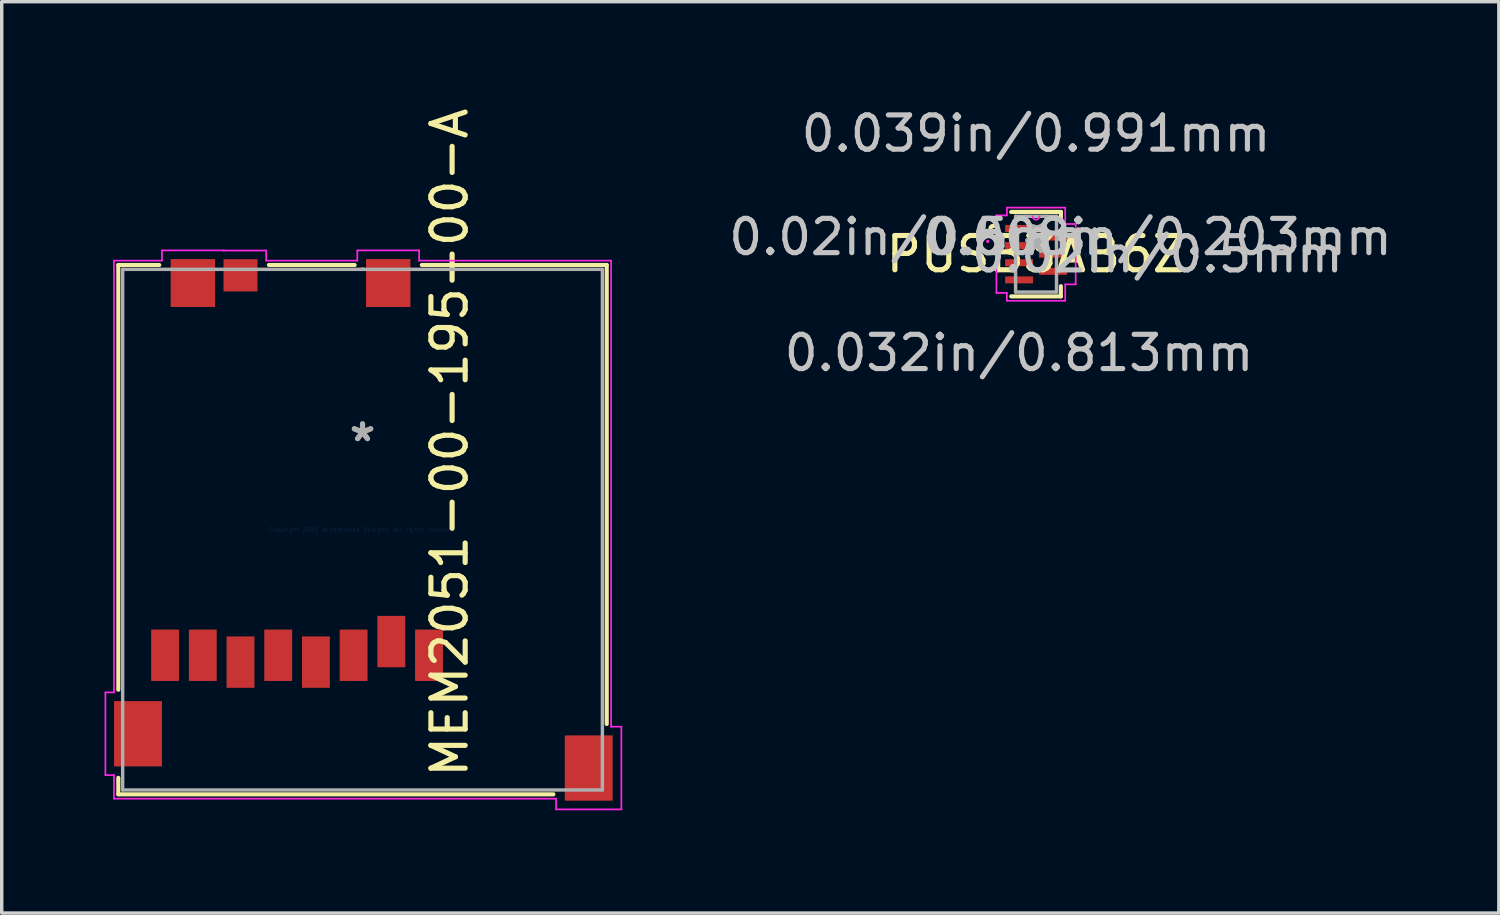
<source format=kicad_pcb>
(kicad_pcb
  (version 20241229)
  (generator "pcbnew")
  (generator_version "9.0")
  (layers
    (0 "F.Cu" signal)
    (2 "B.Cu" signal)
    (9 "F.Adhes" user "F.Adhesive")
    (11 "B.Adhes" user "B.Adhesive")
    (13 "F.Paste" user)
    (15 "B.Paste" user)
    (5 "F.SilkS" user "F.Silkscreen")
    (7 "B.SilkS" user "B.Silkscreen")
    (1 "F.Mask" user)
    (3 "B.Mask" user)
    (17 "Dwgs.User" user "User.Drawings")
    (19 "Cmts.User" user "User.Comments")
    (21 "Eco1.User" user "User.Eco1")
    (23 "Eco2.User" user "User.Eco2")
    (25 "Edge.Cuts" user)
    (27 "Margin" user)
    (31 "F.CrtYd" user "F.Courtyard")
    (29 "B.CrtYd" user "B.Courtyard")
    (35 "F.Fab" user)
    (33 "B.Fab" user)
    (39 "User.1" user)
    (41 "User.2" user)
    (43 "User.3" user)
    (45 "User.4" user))
  (footprint "PUSB3AB6Z"
    (layer "F.Cu")
    (at 27.178 4.366)
    (property "Reference" "PUSB3AB6Z" (at 0 0 0) (layer "F.SilkS") (effects (font (size 1 1) (thickness 0.15))))
    (attr through_hole)
    (fp_line (start -0.724 1.232) (end 0.724 1.232) (stroke (width 0.12) (type solid)) (layer "F.SilkS"))
    (fp_line (start 0.724 -1.232) (end -0.724 -1.232) (stroke (width 0.12) (type solid)) (layer "F.SilkS"))
    (fp_line (start 0.724 -0.934) (end 0.724 -1.232) (stroke (width 0.12) (type solid)) (layer "F.SilkS"))
    (fp_line (start 0.724 1.232) (end 0.724 0.934) (stroke (width 0.12) (type solid)) (layer "F.SilkS"))
    (fp_arc (start -1.23444 -0.676171) (mid -1.3295 -0.75) (end -1.23444 -0.823829) (stroke (width 0.12) (type solid)) (layer "F.SilkS"))
    (fp_line (start -1.156 -1.131) (end -0.851 -1.131) (stroke (width 0.05) (type solid)) (layer "F.CrtYd"))
    (fp_line (start -1.156 1.131) (end -1.156 -1.131) (stroke (width 0.05) (type solid)) (layer "F.CrtYd"))
    (fp_line (start -0.851 -1.359) (end 0.851 -1.359) (stroke (width 0.05) (type solid)) (layer "F.CrtYd"))
    (fp_line (start -0.851 -1.131) (end -0.851 -1.359) (stroke (width 0.05) (type solid)) (layer "F.CrtYd"))
    (fp_line (start -0.851 1.131) (end -1.156 1.131) (stroke (width 0.05) (type solid)) (layer "F.CrtYd"))
    (fp_line (start -0.851 1.359) (end -0.851 1.131) (stroke (width 0.05) (type solid)) (layer "F.CrtYd"))
    (fp_line (start 0.851 -1.359) (end 0.851 -0.881) (stroke (width 0.05) (type solid)) (layer "F.CrtYd"))
    (fp_line (start 0.851 -0.881) (end 1.156 -0.881) (stroke (width 0.05) (type solid)) (layer "F.CrtYd"))
    (fp_line (start 0.851 0.881) (end 0.851 1.359) (stroke (width 0.05) (type solid)) (layer "F.CrtYd"))
    (fp_line (start 0.851 1.359) (end -0.851 1.359) (stroke (width 0.05) (type solid)) (layer "F.CrtYd"))
    (fp_line (start 1.156 -0.881) (end 1.156 0.881) (stroke (width 0.05) (type solid)) (layer "F.CrtYd"))
    (fp_line (start 1.156 0.881) (end 0.851 0.881) (stroke (width 0.05) (type solid)) (layer "F.CrtYd"))
    (fp_arc (start 0.099483 -1.1049) (mid 0 -1.005417) (end -0.099483 -1.1049) (stroke (width 0.05) (type solid)) (layer "F.CrtYd"))
    (fp_circle (center -1.41 -0.375) (end -1.41 -0.375) (stroke (width 0.05) (type solid)) (fill no) (layer "F.CrtYd"))
    (fp_line (start -0.597 -1.105) (end -0.597 1.105) (stroke (width 0.1) (type solid)) (layer "F.Fab"))
    (fp_line (start -0.597 1.105) (end 0.597 1.105) (stroke (width 0.1) (type solid)) (layer "F.Fab"))
    (fp_line (start 0.597 -1.105) (end -0.597 -1.105) (stroke (width 0.1) (type solid)) (layer "F.Fab"))
    (fp_line (start 0.597 1.105) (end 0.597 -1.105) (stroke (width 0.1) (type solid)) (layer "F.Fab"))
    (fp_arc (start 0.3048 -1.1049) (mid 0 -0.8001) (end -0.3048 -1.1049) (stroke (width 0.1) (type solid)) (layer "F.Fab"))
    (fp_circle (center -0.089 -0.75) (end -0.013 -0.75) (stroke (width 0.1) (type solid)) (fill no) (layer "F.Fab"))
    (fp_text user "*" (at 0 0 0) (layer "F.SilkS") (effects (font (size 1 1) (thickness 0.15))))
    (fp_text user "0.02in/0.5mm" (at -3.543 -0.5 0) (layer "Dwgs.User") (effects (font (size 1 1) (thickness 0.15))))
    (fp_text user "0.02in/0.5mm" (at 3.543 0.004 0) (layer "Dwgs.User") (effects (font (size 1 1) (thickness 0.15))))
    (fp_text user "0.039in/0.991mm" (at 0 -3.518 0) (layer "Dwgs.User") (effects (font (size 1 1) (thickness 0.15))))
    (fp_text user "0.032in/0.813mm" (at -0.495 2.883 0) (layer "Dwgs.User") (effects (font (size 1 1) (thickness 0.15))))
    (fp_text user "0.008in/0.203mm" (at 3.543 -0.5 0) (layer "Dwgs.User") (effects (font (size 1 1) (thickness 0.15))))
    (fp_text user "Copyright 2021 Accelerated Designs. All rights reserved." (at 0 0 0) (layer "Cmts.User") (effects (font (size 0.127 0.127) (thickness 0.002))))
    (fp_text user "*" (at 0 0 0) (layer "F.Fab") (effects (font (size 1 1) (thickness 0.15))))
    (pad "1" smd rect (at -0.495 -0.75) (size 0.813 0.203) (layers "F.Cu" "F.Mask" "F.Paste"))
    (pad "2" smd rect (at -0.495 -0.25) (size 0.813 0.203) (layers "F.Cu" "F.Mask" "F.Paste"))
    (pad "3" smd rect (at -0.495 0.25) (size 0.813 0.203) (layers "F.Cu" "F.Mask" "F.Paste"))
    (pad "4" smd rect (at -0.495 0.75) (size 0.813 0.203) (layers "F.Cu" "F.Mask" "F.Paste"))
    (pad "5" smd rect (at 0.495 0.5) (size 0.813 0.203) (layers "F.Cu" "F.Mask" "F.Paste"))
    (pad "6" smd rect (at 0.495 0) (size 0.813 0.203) (layers "F.Cu" "F.Mask" "F.Paste"))
    (pad "7" smd rect (at 0.495 -0.5) (size 0.813 0.203) (layers "F.Cu" "F.Mask" "F.Paste")))
  (footprint "MEM2051-00-195-00-A"
    (layer "F.Cu")
    (at 7.527 12.403)
    (property "Reference" "MEM2051-00-195-00-A" (at 2.54 -2.54 90) (layer "F.SilkS") (effects (font (size 1 1) (thickness 0.15))))
    (attr through_hole)
    (fp_line (start -7.125 -7.722) (end -7.125 4.67) (stroke (width 0.12) (type solid)) (layer "F.SilkS"))
    (fp_line (start -7.125 7.241) (end -7.125 7.722) (stroke (width 0.12) (type solid)) (layer "F.SilkS"))
    (fp_line (start -7.125 7.722) (end 5.569 7.722) (stroke (width 0.12) (type solid)) (layer "F.SilkS"))
    (fp_line (start -5.93 -7.722) (end -7.125 -7.722) (stroke (width 0.12) (type solid)) (layer "F.SilkS"))
    (fp_line (start -0.23 -7.722) (end -2.732 -7.722) (stroke (width 0.12) (type solid)) (layer "F.SilkS"))
    (fp_line (start 7.125 -7.722) (end 1.73 -7.722) (stroke (width 0.12) (type solid)) (layer "F.SilkS"))
    (fp_line (start 7.125 5.67) (end 7.125 -7.722) (stroke (width 0.12) (type solid)) (layer "F.SilkS"))
    (fp_line (start -7.502 4.749) (end -7.502 7.162) (stroke (width 0.05) (type solid)) (layer "F.CrtYd"))
    (fp_line (start -7.502 7.162) (end -7.252 7.162) (stroke (width 0.05) (type solid)) (layer "F.CrtYd"))
    (fp_line (start -7.252 -7.849) (end -7.252 4.749) (stroke (width 0.05) (type solid)) (layer "F.CrtYd"))
    (fp_line (start -7.252 4.749) (end -7.502 4.749) (stroke (width 0.05) (type solid)) (layer "F.CrtYd"))
    (fp_line (start -7.252 7.162) (end -7.252 7.849) (stroke (width 0.05) (type solid)) (layer "F.CrtYd"))
    (fp_line (start -7.252 7.849) (end 5.647 7.849) (stroke (width 0.05) (type solid)) (layer "F.CrtYd"))
    (fp_line (start -5.852 -8.147) (end -5.852 -7.849) (stroke (width 0.05) (type solid)) (layer "F.CrtYd"))
    (fp_line (start -5.852 -7.849) (end -7.252 -7.849) (stroke (width 0.05) (type solid)) (layer "F.CrtYd"))
    (fp_line (start -4.048 -8.147) (end -5.852 -8.147) (stroke (width 0.05) (type solid)) (layer "F.CrtYd"))
    (fp_line (start -4.048 -8.143) (end -4.048 -8.147) (stroke (width 0.05) (type solid)) (layer "F.CrtYd"))
    (fp_line (start -2.811 -8.143) (end -4.048 -8.143) (stroke (width 0.05) (type solid)) (layer "F.CrtYd"))
    (fp_line (start -2.811 -7.849) (end -2.811 -8.143) (stroke (width 0.05) (type solid)) (layer "F.CrtYd"))
    (fp_line (start -0.152 -8.147) (end -0.152 -7.849) (stroke (width 0.05) (type solid)) (layer "F.CrtYd"))
    (fp_line (start -0.152 -7.849) (end -2.811 -7.849) (stroke (width 0.05) (type solid)) (layer "F.CrtYd"))
    (fp_line (start 1.652 -8.147) (end -0.152 -8.147) (stroke (width 0.05) (type solid)) (layer "F.CrtYd"))
    (fp_line (start 1.652 -7.849) (end 1.652 -8.147) (stroke (width 0.05) (type solid)) (layer "F.CrtYd"))
    (fp_line (start 5.647 7.849) (end 5.647 8.162) (stroke (width 0.05) (type solid)) (layer "F.CrtYd"))
    (fp_line (start 5.647 8.162) (end 7.552 8.162) (stroke (width 0.05) (type solid)) (layer "F.CrtYd"))
    (fp_line (start 7.252 -7.849) (end 1.652 -7.849) (stroke (width 0.05) (type solid)) (layer "F.CrtYd"))
    (fp_line (start 7.252 5.749) (end 7.252 -7.849) (stroke (width 0.05) (type solid)) (layer "F.CrtYd"))
    (fp_line (start 7.552 5.749) (end 7.252 5.749) (stroke (width 0.05) (type solid)) (layer "F.CrtYd"))
    (fp_line (start 7.552 8.162) (end 7.552 5.749) (stroke (width 0.05) (type solid)) (layer "F.CrtYd"))
    (fp_line (start -6.998 -7.595) (end -6.998 7.595) (stroke (width 0.1) (type solid)) (layer "F.Fab"))
    (fp_line (start -6.998 7.595) (end 6.998 7.595) (stroke (width 0.1) (type solid)) (layer "F.Fab"))
    (fp_line (start 0 -7.595) (end 0 -7.595) (stroke (width 0.1) (type solid)) (layer "F.Fab"))
    (fp_line (start 0 -7.595) (end 0 -7.595) (stroke (width 0.1) (type solid)) (layer "F.Fab"))
    (fp_line (start 0 -7.595) (end 0 -7.595) (stroke (width 0.1) (type solid)) (layer "F.Fab"))
    (fp_line (start 0 -7.595) (end 0 -7.595) (stroke (width 0.1) (type solid)) (layer "F.Fab"))
    (fp_line (start 6.998 -7.595) (end -6.998 -7.595) (stroke (width 0.1) (type solid)) (layer "F.Fab"))
    (fp_line (start 6.998 7.595) (end 6.998 -7.595) (stroke (width 0.1) (type solid)) (layer "F.Fab"))
    (fp_text user "Copyright 2021 Accelerated Designs. All rights reserved." (at 0 0 0) (layer "Cmts.User") (effects (font (size 0.127 0.127) (thickness 0.002))))
    (fp_text user "*" (at 0 -2.54 0) (layer "F.Fab") (effects (font (size 1 1) (thickness 0.15))))
    (fp_text user "*" (at 0 -2.54 0) (layer "F.Fab") (effects (font (size 1 1) (thickness 0.15))))
    (pad "1" smd rect (at -5.76 3.665) (size 0.813 1.499) (layers "F.Cu" "F.Mask" "F.Paste"))
    (pad "2" smd rect (at -4.66 3.665) (size 0.813 1.499) (layers "F.Cu" "F.Mask" "F.Paste"))
    (pad "3" smd rect (at -6.55 5.955) (size 1.397 1.905) (layers "F.Cu" "F.Mask" "F.Paste"))
    (pad "3" smd rect (at -4.95 -7.195) (size 1.295 1.397) (layers "F.Cu" "F.Mask" "F.Paste"))
    (pad "3" smd rect (at -3.56 3.865) (size 0.813 1.499) (layers "F.Cu" "F.Mask" "F.Paste"))
    (pad "3" smd rect (at 0.75 -7.195) (size 1.295 1.397) (layers "F.Cu" "F.Mask" "F.Paste"))
    (pad "3" smd rect (at 6.6 6.955) (size 1.397 1.905) (layers "F.Cu" "F.Mask" "F.Paste"))
    (pad "4" smd rect (at -2.46 3.665) (size 0.813 1.499) (layers "F.Cu" "F.Mask" "F.Paste"))
    (pad "5" smd rect (at -1.36 3.865) (size 0.813 1.499) (layers "F.Cu" "F.Mask" "F.Paste"))
    (pad "6" smd rect (at -0.26 3.665) (size 0.813 1.499) (layers "F.Cu" "F.Mask" "F.Paste"))
    (pad "7" smd rect (at 0.84 3.265) (size 0.813 1.499) (layers "F.Cu" "F.Mask" "F.Paste"))
    (pad "8" smd rect (at 1.94 3.665) (size 0.813 1.499) (layers "F.Cu" "F.Mask" "F.Paste"))
    (pad "9" smd rect (at -3.56 -7.42) (size 0.991 0.94) (layers "F.Cu" "F.Mask" "F.Paste"))
    (zone (net_name "") (layers "F.Cu" "B.Cu") (hatch full 0.508) (connect_pads) (min_thickness 0.254) (filled_areas_thickness no) (keepout (tracks not_allowed) (vias not_allowed) (pads not_allowed) (copperpour not_allowed) (footprints allowed)) (placement (enabled no)) (fill) (polygon (pts (xy 14.277 14.903) (xy 0.777 14.903) (xy 0.777 6.153) (xy 14.277 6.153)))))
  (gr_rect
    (start -3 -3)
    (end 40.68 23.59)
    (stroke (width 0.1) (type default))
    (fill no)
    (layer "Edge.Cuts")))
</source>
